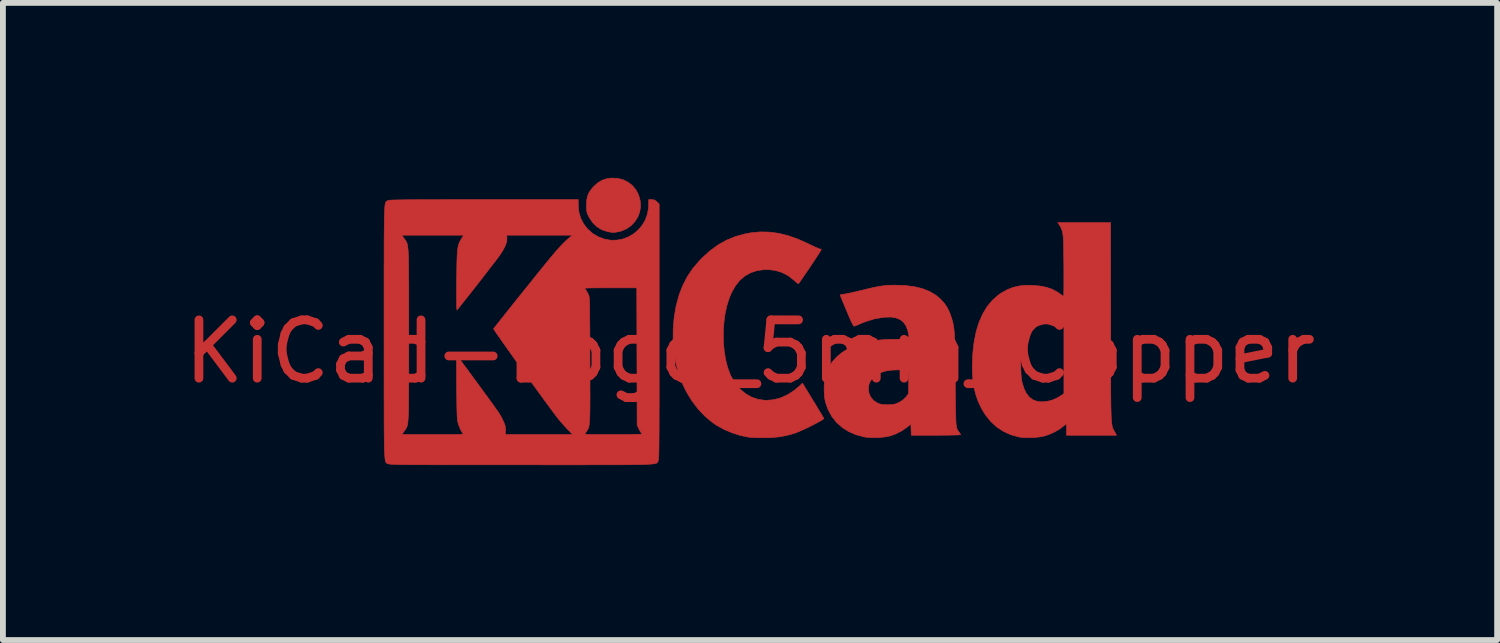
<source format=kicad_pcb>
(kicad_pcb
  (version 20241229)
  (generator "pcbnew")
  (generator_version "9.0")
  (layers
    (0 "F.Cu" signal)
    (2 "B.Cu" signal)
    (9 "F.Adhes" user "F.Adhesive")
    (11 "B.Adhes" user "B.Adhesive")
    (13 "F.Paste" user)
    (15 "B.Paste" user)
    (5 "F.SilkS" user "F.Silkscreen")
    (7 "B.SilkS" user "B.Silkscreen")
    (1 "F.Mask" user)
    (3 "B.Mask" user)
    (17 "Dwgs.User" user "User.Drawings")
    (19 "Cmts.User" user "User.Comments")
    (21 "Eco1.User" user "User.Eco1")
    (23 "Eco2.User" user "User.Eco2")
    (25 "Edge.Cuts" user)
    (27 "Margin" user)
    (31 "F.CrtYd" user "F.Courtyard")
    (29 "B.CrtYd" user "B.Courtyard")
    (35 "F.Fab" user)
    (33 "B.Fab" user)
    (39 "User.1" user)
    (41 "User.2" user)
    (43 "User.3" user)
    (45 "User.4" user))
  (footprint "KiCad-Logo_5mm_Copper"
    (layer "F.Cu")
    (at 9.815 2.982)
    (property "Reference" "KiCad-Logo_5mm_Copper" (at 0 0 0) (layer "F.Cu") (effects (font (size 1 1) (thickness 0.15))))
    (attr exclude_from_pos_files exclude_from_bom)
    (fp_poly (pts (xy -2.273 -2.973) (xy -2.177 -2.949) (xy -2.09 -2.906) (xy -2.015 -2.847) (xy -1.954 -2.772) (xy -1.909 -2.683) (xy -1.883 -2.586) (xy -1.877 -2.489) (xy -1.892 -2.395) (xy -1.926 -2.307) (xy -1.977 -2.228) (xy -2.042 -2.16) (xy -2.121 -2.106) (xy -2.212 -2.068) (xy -2.263 -2.056) (xy -2.308 -2.048) (xy -2.342 -2.045) (xy -2.375 -2.047) (xy -2.415 -2.054) (xy -2.449 -2.061) (xy -2.542 -2.092) (xy -2.626 -2.143) (xy -2.698 -2.213) (xy -2.756 -2.298) (xy -2.77 -2.326) (xy -2.787 -2.362) (xy -2.797 -2.392) (xy -2.802 -2.425) (xy -2.805 -2.466) (xy -2.805 -2.512) (xy -2.801 -2.596) (xy -2.787 -2.665) (xy -2.762 -2.726) (xy -2.723 -2.784) (xy -2.684 -2.829) (xy -2.612 -2.895) (xy -2.537 -2.94) (xy -2.455 -2.967) (xy -2.377 -2.977) (xy -2.273 -2.973)) (stroke (width 0.01) (type solid)) (fill yes) (layer "F.Cu"))
    (fp_poly (pts (xy 0.328 -2.051) (xy 0.489 -2.03) (xy 0.653 -1.99) (xy 0.822 -1.93) (xy 1 -1.851) (xy 1.011 -1.845) (xy 1.069 -1.817) (xy 1.121 -1.793) (xy 1.162 -1.775) (xy 1.19 -1.764) (xy 1.2 -1.761) (xy 1.219 -1.756) (xy 1.224 -1.752) (xy 1.218 -1.741) (xy 1.202 -1.715) (xy 1.177 -1.676) (xy 1.145 -1.626) (xy 1.107 -1.569) (xy 1.066 -1.507) (xy 1.023 -1.442) (xy 0.98 -1.379) (xy 0.939 -1.319) (xy 0.902 -1.265) (xy 0.871 -1.22) (xy 0.847 -1.186) (xy 0.832 -1.167) (xy 0.83 -1.165) (xy 0.82 -1.17) (xy 0.798 -1.187) (xy 0.767 -1.214) (xy 0.752 -1.228) (xy 0.655 -1.303) (xy 0.548 -1.359) (xy 0.433 -1.394) (xy 0.31 -1.408) (xy 0.241 -1.407) (xy 0.119 -1.39) (xy 0.01 -1.354) (xy -0.087 -1.299) (xy -0.174 -1.225) (xy -0.249 -1.131) (xy -0.314 -1.018) (xy -0.351 -0.931) (xy -0.395 -0.796) (xy -0.428 -0.648) (xy -0.448 -0.493) (xy -0.458 -0.333) (xy -0.456 -0.173) (xy -0.443 -0.016) (xy -0.419 0.133) (xy -0.384 0.271) (xy -0.338 0.395) (xy -0.322 0.429) (xy -0.253 0.543) (xy -0.173 0.64) (xy -0.081 0.718) (xy 0.02 0.777) (xy 0.13 0.816) (xy 0.247 0.834) (xy 0.289 0.835) (xy 0.41 0.824) (xy 0.531 0.791) (xy 0.649 0.737) (xy 0.762 0.663) (xy 0.854 0.585) (xy 0.9 0.54) (xy 1.081 0.837) (xy 1.127 0.911) (xy 1.168 0.98) (xy 1.204 1.039) (xy 1.233 1.088) (xy 1.254 1.124) (xy 1.265 1.144) (xy 1.266 1.147) (xy 1.258 1.157) (xy 1.233 1.174) (xy 1.193 1.197) (xy 1.142 1.225) (xy 1.084 1.255) (xy 1.021 1.287) (xy 0.958 1.318) (xy 0.896 1.346) (xy 0.839 1.371) (xy 0.791 1.391) (xy 0.768 1.399) (xy 0.634 1.437) (xy 0.496 1.462) (xy 0.349 1.475) (xy 0.222 1.477) (xy 0.154 1.476) (xy 0.088 1.474) (xy 0.031 1.471) (xy -0.013 1.468) (xy -0.027 1.466) (xy -0.166 1.438) (xy -0.307 1.392) (xy -0.445 1.334) (xy -0.572 1.264) (xy -0.649 1.211) (xy -0.777 1.103) (xy -0.895 0.977) (xy -1.002 0.835) (xy -1.095 0.681) (xy -1.173 0.518) (xy -1.217 0.401) (xy -1.267 0.217) (xy -1.301 0.023) (xy -1.318 -0.179) (xy -1.318 -0.382) (xy -1.301 -0.584) (xy -1.268 -0.781) (xy -1.217 -0.967) (xy -1.214 -0.978) (xy -1.151 -1.14) (xy -1.074 -1.288) (xy -0.981 -1.426) (xy -0.868 -1.558) (xy -0.825 -1.604) (xy -0.688 -1.728) (xy -0.549 -1.83) (xy -0.403 -1.912) (xy -0.249 -1.975) (xy -0.084 -2.02) (xy 0.011 -2.038) (xy 0.17 -2.054) (xy 0.328 -2.051)) (stroke (width 0.01) (type solid)) (fill yes) (layer "F.Cu"))
    (fp_poly (pts (xy 6.187 -0.528) (xy 6.187 -0.293) (xy 6.187 -0.08) (xy 6.187 0.112) (xy 6.187 0.285) (xy 6.187 0.441) (xy 6.188 0.579) (xy 6.188 0.701) (xy 6.189 0.808) (xy 6.19 0.901) (xy 6.192 0.982) (xy 6.194 1.051) (xy 6.196 1.11) (xy 6.198 1.159) (xy 6.202 1.2) (xy 6.205 1.234) (xy 6.21 1.262) (xy 6.214 1.285) (xy 6.22 1.304) (xy 6.226 1.321) (xy 6.233 1.335) (xy 6.24 1.349) (xy 6.249 1.364) (xy 6.254 1.373) (xy 6.288 1.434) (xy 5.43 1.434) (xy 5.43 1.338) (xy 5.429 1.294) (xy 5.427 1.261) (xy 5.424 1.243) (xy 5.423 1.242) (xy 5.412 1.249) (xy 5.389 1.267) (xy 5.366 1.286) (xy 5.312 1.327) (xy 5.242 1.368) (xy 5.165 1.405) (xy 5.088 1.435) (xy 5.057 1.445) (xy 4.989 1.46) (xy 4.906 1.47) (xy 4.816 1.475) (xy 4.728 1.474) (xy 4.649 1.469) (xy 4.612 1.463) (xy 4.473 1.425) (xy 4.346 1.367) (xy 4.23 1.29) (xy 4.127 1.195) (xy 4.036 1.081) (xy 3.969 0.97) (xy 3.914 0.854) (xy 3.872 0.734) (xy 3.842 0.608) (xy 3.823 0.472) (xy 3.815 0.32) (xy 3.814 0.243) (xy 3.816 0.186) (xy 4.645 0.186) (xy 4.645 0.279) (xy 4.648 0.367) (xy 4.654 0.444) (xy 4.662 0.505) (xy 4.665 0.517) (xy 4.697 0.625) (xy 4.738 0.712) (xy 4.79 0.779) (xy 4.853 0.826) (xy 4.926 0.853) (xy 5.011 0.862) (xy 5.107 0.851) (xy 5.17 0.835) (xy 5.219 0.817) (xy 5.274 0.791) (xy 5.314 0.767) (xy 5.385 0.721) (xy 5.385 -0.429) (xy 5.317 -0.473) (xy 5.239 -0.514) (xy 5.155 -0.541) (xy 5.07 -0.553) (xy 4.988 -0.549) (xy 4.915 -0.53) (xy 4.883 -0.515) (xy 4.826 -0.472) (xy 4.777 -0.415) (xy 4.735 -0.342) (xy 4.701 -0.252) (xy 4.672 -0.141) (xy 4.671 -0.135) (xy 4.66 -0.073) (xy 4.653 0.005) (xy 4.648 0.093) (xy 4.645 0.186) (xy 3.816 0.186) (xy 3.822 0.03) (xy 3.844 -0.166) (xy 3.88 -0.345) (xy 3.93 -0.506) (xy 3.994 -0.65) (xy 4.071 -0.777) (xy 4.163 -0.886) (xy 4.268 -0.977) (xy 4.314 -1.008) (xy 4.415 -1.064) (xy 4.518 -1.104) (xy 4.628 -1.128) (xy 4.749 -1.138) (xy 4.842 -1.137) (xy 4.971 -1.126) (xy 5.084 -1.104) (xy 5.183 -1.07) (xy 5.271 -1.024) (xy 5.32 -0.99) (xy 5.349 -0.968) (xy 5.371 -0.953) (xy 5.379 -0.948) (xy 5.381 -0.959) (xy 5.382 -0.99) (xy 5.383 -1.037) (xy 5.384 -1.1) (xy 5.384 -1.173) (xy 5.384 -1.256) (xy 5.384 -1.344) (xy 5.384 -1.436) (xy 5.383 -1.528) (xy 5.382 -1.618) (xy 5.381 -1.704) (xy 5.38 -1.781) (xy 5.379 -1.848) (xy 5.377 -1.902) (xy 5.375 -1.94) (xy 5.375 -1.947) (xy 5.367 -2.018) (xy 5.356 -2.073) (xy 5.338 -2.12) (xy 5.312 -2.166) (xy 5.305 -2.176) (xy 5.281 -2.213) (xy 6.186 -2.213) (xy 6.187 -0.528)) (stroke (width 0.01) (type solid)) (fill yes) (layer "F.Cu"))
    (fp_poly (pts (xy 2.674 -1.133) (xy 2.825 -1.113) (xy 2.961 -1.08) (xy 3.08 -1.032) (xy 3.185 -0.971) (xy 3.262 -0.907) (xy 3.331 -0.833) (xy 3.385 -0.753) (xy 3.428 -0.661) (xy 3.443 -0.618) (xy 3.456 -0.579) (xy 3.467 -0.543) (xy 3.477 -0.508) (xy 3.485 -0.472) (xy 3.492 -0.433) (xy 3.498 -0.39) (xy 3.503 -0.34) (xy 3.507 -0.283) (xy 3.51 -0.215) (xy 3.513 -0.136) (xy 3.515 -0.043) (xy 3.517 0.066) (xy 3.518 0.192) (xy 3.52 0.337) (xy 3.521 0.48) (xy 3.522 0.636) (xy 3.524 0.771) (xy 3.525 0.887) (xy 3.526 0.986) (xy 3.528 1.068) (xy 3.53 1.136) (xy 3.532 1.192) (xy 3.535 1.236) (xy 3.539 1.271) (xy 3.544 1.299) (xy 3.55 1.321) (xy 3.557 1.338) (xy 3.565 1.352) (xy 3.574 1.366) (xy 3.585 1.38) (xy 3.59 1.385) (xy 3.605 1.408) (xy 3.612 1.423) (xy 3.612 1.424) (xy 3.602 1.426) (xy 3.571 1.428) (xy 3.522 1.43) (xy 3.458 1.431) (xy 3.382 1.433) (xy 3.295 1.433) (xy 3.2 1.434) (xy 3.19 1.434) (xy 2.767 1.434) (xy 2.763 1.338) (xy 2.76 1.242) (xy 2.698 1.293) (xy 2.601 1.36) (xy 2.491 1.415) (xy 2.404 1.445) (xy 2.335 1.46) (xy 2.252 1.47) (xy 2.162 1.475) (xy 2.074 1.474) (xy 1.995 1.468) (xy 1.959 1.463) (xy 1.819 1.425) (xy 1.692 1.37) (xy 1.58 1.299) (xy 1.484 1.213) (xy 1.404 1.112) (xy 1.341 0.997) (xy 1.296 0.871) (xy 1.284 0.814) (xy 1.276 0.752) (xy 1.273 0.677) (xy 1.272 0.643) (xy 1.272 0.64) (xy 2.032 0.64) (xy 2.042 0.715) (xy 2.07 0.779) (xy 2.118 0.835) (xy 2.123 0.839) (xy 2.172 0.874) (xy 2.223 0.897) (xy 2.284 0.909) (xy 2.359 0.911) (xy 2.377 0.911) (xy 2.431 0.908) (xy 2.471 0.903) (xy 2.506 0.893) (xy 2.545 0.876) (xy 2.556 0.871) (xy 2.616 0.835) (xy 2.663 0.792) (xy 2.676 0.777) (xy 2.721 0.72) (xy 2.721 0.525) (xy 2.72 0.446) (xy 2.718 0.388) (xy 2.715 0.349) (xy 2.711 0.327) (xy 2.707 0.32) (xy 2.691 0.317) (xy 2.657 0.314) (xy 2.61 0.313) (xy 2.555 0.312) (xy 2.546 0.312) (xy 2.425 0.317) (xy 2.323 0.333) (xy 2.236 0.361) (xy 2.164 0.401) (xy 2.109 0.448) (xy 2.064 0.506) (xy 2.039 0.569) (xy 2.032 0.64) (xy 1.272 0.64) (xy 1.274 0.55) (xy 1.283 0.471) (xy 1.299 0.4) (xy 1.324 0.329) (xy 1.348 0.276) (xy 1.407 0.181) (xy 1.485 0.093) (xy 1.58 0.014) (xy 1.69 -0.055) (xy 1.813 -0.111) (xy 1.945 -0.154) (xy 2.009 -0.169) (xy 2.146 -0.191) (xy 2.294 -0.206) (xy 2.446 -0.212) (xy 2.572 -0.211) (xy 2.734 -0.204) (xy 2.727 -0.263) (xy 2.707 -0.362) (xy 2.676 -0.443) (xy 2.632 -0.506) (xy 2.575 -0.551) (xy 2.503 -0.58) (xy 2.416 -0.594) (xy 2.313 -0.591) (xy 2.275 -0.587) (xy 2.134 -0.562) (xy 1.997 -0.521) (xy 1.902 -0.483) (xy 1.857 -0.464) (xy 1.819 -0.448) (xy 1.792 -0.439) (xy 1.785 -0.437) (xy 1.775 -0.446) (xy 1.758 -0.475) (xy 1.734 -0.524) (xy 1.703 -0.594) (xy 1.665 -0.684) (xy 1.658 -0.7) (xy 1.628 -0.772) (xy 1.601 -0.838) (xy 1.578 -0.893) (xy 1.561 -0.936) (xy 1.55 -0.963) (xy 1.547 -0.972) (xy 1.557 -0.977) (xy 1.583 -0.982) (xy 1.611 -0.986) (xy 1.642 -0.991) (xy 1.689 -1) (xy 1.751 -1.013) (xy 1.821 -1.029) (xy 1.896 -1.047) (xy 1.925 -1.054) (xy 2.03 -1.08) (xy 2.117 -1.1) (xy 2.192 -1.115) (xy 2.258 -1.126) (xy 2.319 -1.133) (xy 2.381 -1.138) (xy 2.446 -1.14) (xy 2.504 -1.14) (xy 2.674 -1.133)) (stroke (width 0.01) (type solid)) (fill yes) (layer "F.Cu"))
    (fp_poly (pts (xy -2.946 -2.511) (xy -2.936 -2.397) (xy -2.904 -2.289) (xy -2.853 -2.19) (xy -2.784 -2.102) (xy -2.699 -2.027) (xy -2.602 -1.97) (xy -2.496 -1.93) (xy -2.389 -1.911) (xy -2.283 -1.913) (xy -2.181 -1.932) (xy -2.085 -1.969) (xy -1.996 -2.021) (xy -1.917 -2.087) (xy -1.849 -2.167) (xy -1.796 -2.258) (xy -1.759 -2.359) (xy -1.74 -2.47) (xy -1.738 -2.52) (xy -1.738 -2.608) (xy -1.687 -2.608) (xy -1.65 -2.605) (xy -1.623 -2.593) (xy -1.596 -2.569) (xy -1.558 -2.531) (xy -1.558 -0.339) (xy -1.558 -0.077) (xy -1.558 0.163) (xy -1.558 0.383) (xy -1.558 0.583) (xy -1.558 0.764) (xy -1.558 0.928) (xy -1.559 1.074) (xy -1.559 1.205) (xy -1.559 1.32) (xy -1.56 1.421) (xy -1.561 1.509) (xy -1.561 1.585) (xy -1.562 1.65) (xy -1.563 1.704) (xy -1.564 1.749) (xy -1.565 1.786) (xy -1.567 1.815) (xy -1.568 1.837) (xy -1.57 1.854) (xy -1.572 1.866) (xy -1.574 1.874) (xy -1.576 1.88) (xy -1.577 1.882) (xy -1.581 1.889) (xy -1.585 1.895) (xy -1.589 1.901) (xy -1.594 1.906) (xy -1.601 1.911) (xy -1.611 1.916) (xy -1.625 1.92) (xy -1.645 1.923) (xy -1.669 1.926) (xy -1.701 1.929) (xy -1.741 1.931) (xy -1.789 1.934) (xy -1.846 1.935) (xy -1.914 1.937) (xy -1.994 1.938) (xy -2.085 1.939) (xy -2.19 1.94) (xy -2.309 1.94) (xy -2.443 1.941) (xy -2.593 1.941) (xy -2.76 1.941) (xy -2.945 1.942) (xy -3.149 1.942) (xy -3.372 1.942) (xy -3.616 1.941) (xy -3.881 1.941) (xy -3.92 1.941) (xy -4.187 1.941) (xy -4.432 1.941) (xy -4.657 1.941) (xy -4.861 1.941) (xy -5.047 1.941) (xy -5.215 1.941) (xy -5.366 1.94) (xy -5.501 1.94) (xy -5.62 1.939) (xy -5.725 1.939) (xy -5.817 1.938) (xy -5.896 1.938) (xy -5.964 1.937) (xy -6.021 1.936) (xy -6.069 1.935) (xy -6.107 1.933) (xy -6.138 1.932) (xy -6.162 1.931) (xy -6.18 1.929) (xy -6.192 1.927) (xy -6.201 1.925) (xy -6.205 1.923) (xy -6.214 1.92) (xy -6.221 1.917) (xy -6.229 1.915) (xy -6.235 1.911) (xy -6.241 1.906) (xy -6.246 1.897) (xy -6.251 1.885) (xy -6.255 1.869) (xy -6.259 1.846) (xy -6.262 1.818) (xy -6.265 1.781) (xy -6.268 1.737) (xy -6.27 1.683) (xy -6.271 1.618) (xy -6.273 1.543) (xy -6.274 1.455) (xy -6.275 1.354) (xy -6.276 1.239) (xy -6.276 1.11) (xy -6.276 0.964) (xy -6.277 0.802) (xy -6.277 0.621) (xy -6.277 0.422) (xy -6.277 0.204) (xy -6.277 -0.035) (xy -6.277 -0.296) (xy -6.277 -0.338) (xy -6.277 -0.601) (xy -6.277 -0.842) (xy -6.277 -1.063) (xy -6.277 -1.264) (xy -6.277 -1.446) (xy -6.276 -1.61) (xy -6.276 -1.757) (xy -6.276 -1.888) (xy -6.275 -1.998) (xy -5.972 -1.998) (xy -5.932 -1.94) (xy -5.921 -1.925) (xy -5.911 -1.911) (xy -5.902 -1.897) (xy -5.894 -1.883) (xy -5.887 -1.868) (xy -5.881 -1.849) (xy -5.875 -1.826) (xy -5.871 -1.798) (xy -5.867 -1.764) (xy -5.863 -1.722) (xy -5.861 -1.67) (xy -5.858 -1.609) (xy -5.857 -1.537) (xy -5.855 -1.452) (xy -5.855 -1.354) (xy -5.854 -1.24) (xy -5.853 -1.111) (xy -5.853 -0.965) (xy -5.853 -0.8) (xy -5.853 -0.616) (xy -5.853 -0.41) (xy -5.853 -0.288) (xy -5.853 -0.071) (xy -5.853 0.125) (xy -5.853 0.3) (xy -5.853 0.456) (xy -5.854 0.595) (xy -5.854 0.717) (xy -5.855 0.823) (xy -5.856 0.915) (xy -5.857 0.994) (xy -5.859 1.062) (xy -5.862 1.118) (xy -5.865 1.165) (xy -5.868 1.204) (xy -5.872 1.235) (xy -5.877 1.261) (xy -5.883 1.282) (xy -5.89 1.299) (xy -5.897 1.314) (xy -5.906 1.327) (xy -5.915 1.341) (xy -5.925 1.356) (xy -5.932 1.365) (xy -5.97 1.422) (xy -5.439 1.422) (xy -5.315 1.422) (xy -5.213 1.422) (xy -5.129 1.422) (xy -5.063 1.421) (xy -5.012 1.42) (xy -4.974 1.419) (xy -4.948 1.417) (xy -4.932 1.415) (xy -4.923 1.412) (xy -4.921 1.408) (xy -4.923 1.404) (xy -4.925 1.403) (xy -4.95 1.366) (xy -4.976 1.313) (xy -4.999 1.251) (xy -5.007 1.224) (xy -5.012 1.206) (xy -5.016 1.185) (xy -5.019 1.159) (xy -5.022 1.126) (xy -5.024 1.083) (xy -5.026 1.028) (xy -5.028 0.96) (xy -5.029 0.877) (xy -5.03 0.775) (xy -5.031 0.654) (xy -5.032 0.61) (xy -5.033 0.484) (xy -5.033 0.38) (xy -5.034 0.295) (xy -5.034 0.227) (xy -5.034 0.174) (xy -5.033 0.135) (xy -5.031 0.107) (xy -5.029 0.09) (xy -5.027 0.081) (xy -5.023 0.078) (xy -5.019 0.08) (xy -5.015 0.085) (xy -5.004 0.098) (xy -4.982 0.127) (xy -4.95 0.17) (xy -4.909 0.225) (xy -4.861 0.289) (xy -4.808 0.362) (xy -4.751 0.44) (xy -4.691 0.521) (xy -4.631 0.603) (xy -4.572 0.685) (xy -4.514 0.763) (xy -4.461 0.836) (xy -4.413 0.902) (xy -4.373 0.959) (xy -4.341 1.004) (xy -4.318 1.035) (xy -4.314 1.041) (xy -4.291 1.078) (xy -4.264 1.126) (xy -4.239 1.176) (xy -4.236 1.183) (xy -4.214 1.231) (xy -4.201 1.268) (xy -4.196 1.304) (xy -4.194 1.346) (xy -4.195 1.422) (xy -3.041 1.422) (xy -3.132 1.329) (xy -3.179 1.279) (xy -3.229 1.222) (xy -3.275 1.168) (xy -3.295 1.143) (xy -3.326 1.103) (xy -3.366 1.05) (xy -3.414 0.985) (xy -3.47 0.909) (xy -3.532 0.825) (xy -3.599 0.733) (xy -3.669 0.636) (xy -3.743 0.535) (xy -3.817 0.432) (xy -3.892 0.328) (xy -3.966 0.225) (xy -4.038 0.125) (xy -4.106 0.029) (xy -4.17 -0.061) (xy -4.229 -0.144) (xy -4.28 -0.218) (xy -4.324 -0.28) (xy -4.359 -0.33) (xy -4.383 -0.367) (xy -4.396 -0.387) (xy -4.398 -0.391) (xy -4.39 -0.403) (xy -4.369 -0.43) (xy -4.337 -0.471) (xy -4.294 -0.525) (xy -4.243 -0.589) (xy -4.185 -0.663) (xy -4.12 -0.744) (xy -4.051 -0.831) (xy -3.979 -0.921) (xy -3.904 -1.014) (xy -3.845 -1.088) (xy -2.834 -1.088) (xy -2.828 -1.075) (xy -2.813 -1.053) (xy -2.812 -1.052) (xy -2.793 -1.021) (xy -2.774 -0.985) (xy -2.77 -0.976) (xy -2.766 -0.968) (xy -2.763 -0.958) (xy -2.76 -0.945) (xy -2.758 -0.927) (xy -2.756 -0.904) (xy -2.754 -0.873) (xy -2.753 -0.833) (xy -2.751 -0.784) (xy -2.75 -0.723) (xy -2.749 -0.649) (xy -2.749 -0.561) (xy -2.748 -0.457) (xy -2.747 -0.337) (xy -2.747 -0.198) (xy -2.746 -0.039) (xy -2.746 0.14) (xy -2.745 0.325) (xy -2.745 0.489) (xy -2.745 0.633) (xy -2.744 0.759) (xy -2.745 0.868) (xy -2.745 0.961) (xy -2.747 1.04) (xy -2.748 1.106) (xy -2.75 1.161) (xy -2.753 1.206) (xy -2.757 1.242) (xy -2.761 1.271) (xy -2.766 1.295) (xy -2.772 1.313) (xy -2.779 1.329) (xy -2.787 1.344) (xy -2.797 1.358) (xy -2.805 1.37) (xy -2.822 1.396) (xy -2.832 1.414) (xy -2.834 1.417) (xy -2.823 1.418) (xy -2.791 1.419) (xy -2.742 1.42) (xy -2.677 1.421) (xy -2.599 1.422) (xy -2.51 1.422) (xy -2.411 1.422) (xy -2.342 1.422) (xy -2.237 1.422) (xy -2.141 1.422) (xy -2.054 1.421) (xy -1.98 1.419) (xy -1.921 1.418) (xy -1.879 1.416) (xy -1.855 1.414) (xy -1.851 1.412) (xy -1.859 1.398) (xy -1.867 1.39) (xy -1.88 1.372) (xy -1.897 1.342) (xy -1.909 1.318) (xy -1.936 1.259) (xy -1.939 0.082) (xy -1.942 -1.095) (xy -2.388 -1.095) (xy -2.486 -1.095) (xy -2.576 -1.094) (xy -2.657 -1.094) (xy -2.725 -1.093) (xy -2.779 -1.092) (xy -2.815 -1.09) (xy -2.833 -1.089) (xy -2.834 -1.088) (xy -3.845 -1.088) (xy -3.829 -1.107) (xy -3.755 -1.199) (xy -3.683 -1.289) (xy -3.615 -1.374) (xy -3.551 -1.452) (xy -3.494 -1.523) (xy -3.444 -1.584) (xy -3.403 -1.633) (xy -3.386 -1.654) (xy -3.3 -1.754) (xy -3.223 -1.838) (xy -3.154 -1.906) (xy -3.091 -1.96) (xy -3.082 -1.967) (xy -3.042 -1.998) (xy -4.174 -1.998) (xy -4.169 -1.95) (xy -4.172 -1.893) (xy -4.194 -1.825) (xy -4.234 -1.745) (xy -4.279 -1.673) (xy -4.295 -1.65) (xy -4.323 -1.612) (xy -4.361 -1.562) (xy -4.408 -1.501) (xy -4.462 -1.432) (xy -4.52 -1.356) (xy -4.582 -1.276) (xy -4.646 -1.194) (xy -4.71 -1.112) (xy -4.773 -1.032) (xy -4.832 -0.957) (xy -4.887 -0.888) (xy -4.935 -0.828) (xy -4.974 -0.778) (xy -5.004 -0.742) (xy -5.022 -0.72) (xy -5.025 -0.717) (xy -5.028 -0.725) (xy -5.03 -0.755) (xy -5.032 -0.807) (xy -5.033 -0.881) (xy -5.033 -0.977) (xy -5.033 -1.094) (xy -5.032 -1.214) (xy -5.03 -1.346) (xy -5.029 -1.457) (xy -5.027 -1.551) (xy -5.024 -1.629) (xy -5.021 -1.692) (xy -5.016 -1.745) (xy -5.009 -1.788) (xy -5.002 -1.823) (xy -4.992 -1.854) (xy -4.98 -1.882) (xy -4.965 -1.91) (xy -4.95 -1.935) (xy -4.912 -1.998) (xy -5.972 -1.998) (xy -6.275 -1.998) (xy -6.275 -2.004) (xy -6.274 -2.106) (xy -6.273 -2.195) (xy -6.272 -2.272) (xy -6.27 -2.337) (xy -6.269 -2.393) (xy -6.266 -2.438) (xy -6.264 -2.475) (xy -6.261 -2.505) (xy -6.258 -2.528) (xy -6.254 -2.546) (xy -6.25 -2.559) (xy -6.245 -2.568) (xy -6.24 -2.574) (xy -6.234 -2.579) (xy -6.228 -2.582) (xy -6.222 -2.586) (xy -6.216 -2.589) (xy -6.21 -2.592) (xy -6.202 -2.594) (xy -6.19 -2.596) (xy -6.173 -2.598) (xy -6.149 -2.6) (xy -6.118 -2.601) (xy -6.079 -2.602) (xy -6.03 -2.603) (xy -5.971 -2.604) (xy -5.899 -2.605) (xy -5.815 -2.606) (xy -5.718 -2.606) (xy -5.605 -2.607) (xy -5.476 -2.607) (xy -5.33 -2.607) (xy -5.166 -2.608) (xy -4.982 -2.608) (xy -4.778 -2.608) (xy -4.567 -2.608) (xy -2.946 -2.608) (xy -2.946 -2.511)) (stroke (width 0.01) (type solid)) (fill yes) (layer "F.Cu")))
  (gr_rect
    (start -3 -3)
    (end 22.631 7.929)
    (stroke (width 0.1) (type default))
    (fill no)
    (layer "Edge.Cuts")))
</source>
